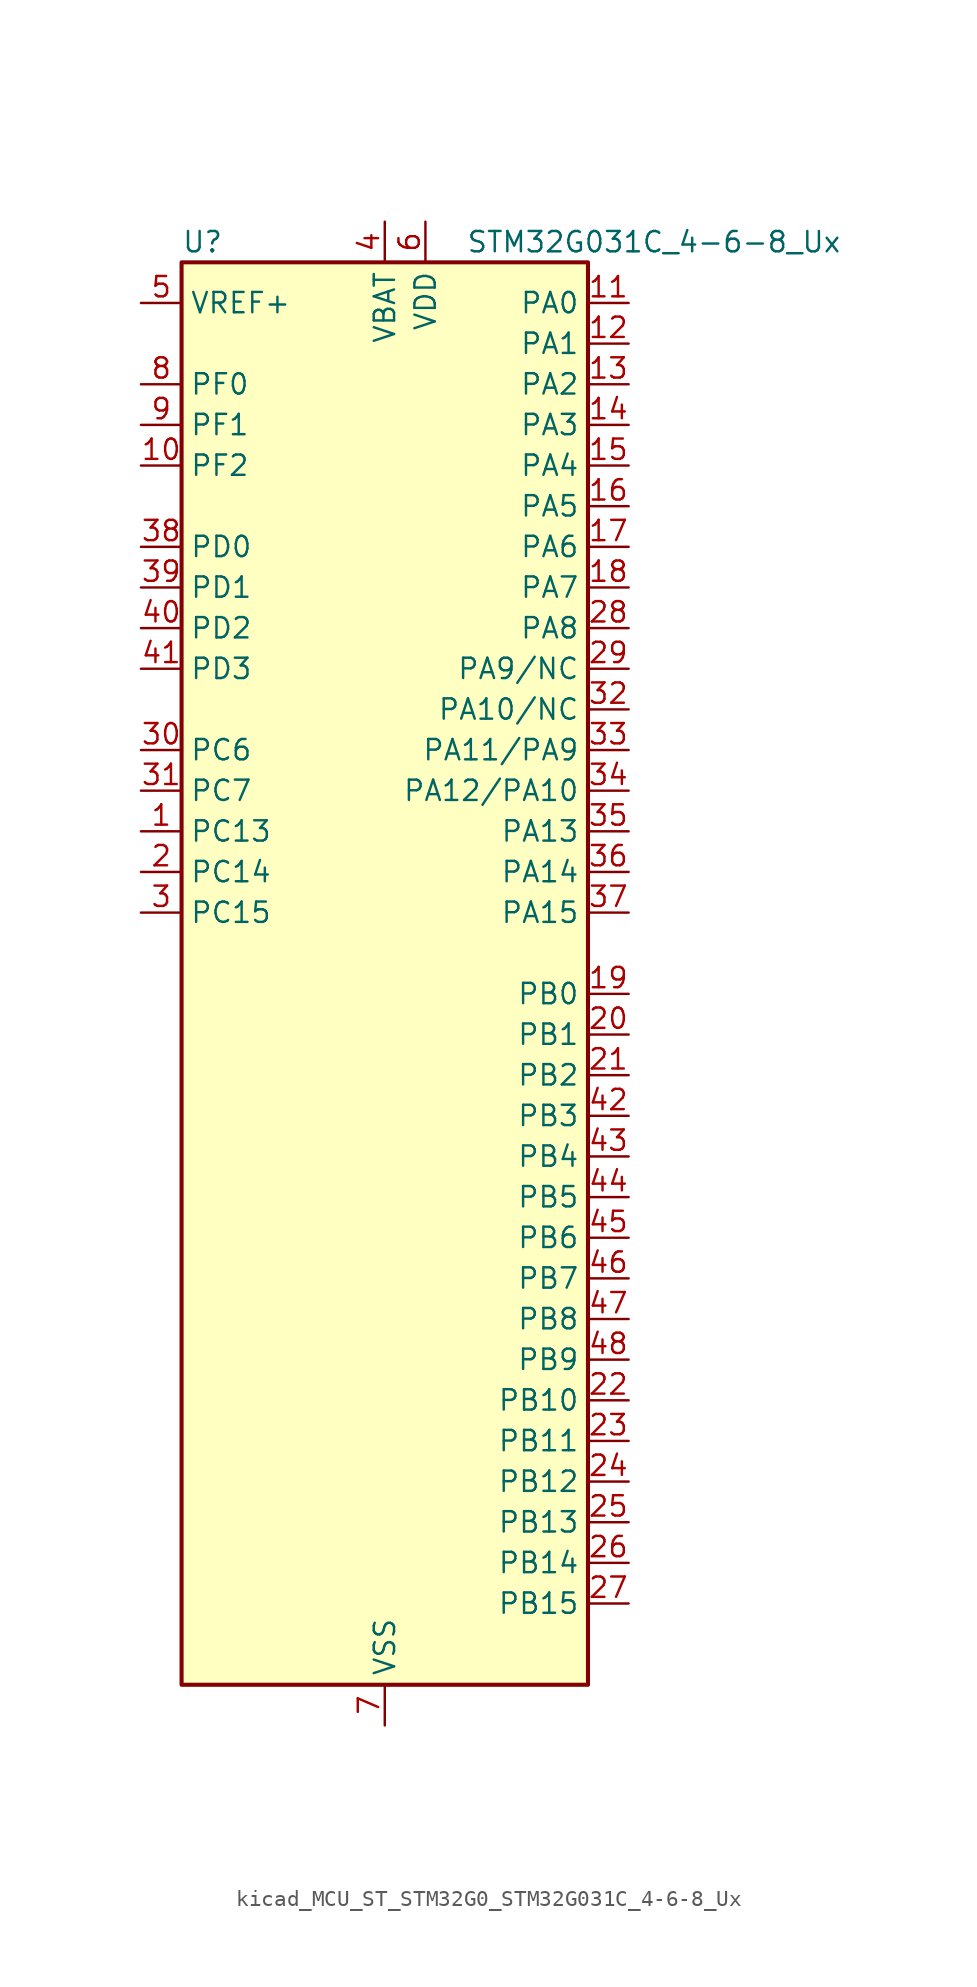
<source format=kicad_sym>
(kicad_symbol_lib
  (version 20220914)
  (generator kicad_symbol_editor)
  (symbol "kicad_MCU_ST_STM32G0_STM32G031C_4-6-8_Ux"
    (property "Reference" "U"
      (at -12.7 46.99 0)
      (effects (font (size 1.27 1.27)) (justify left)))
    (property "Value" "STM32G031C_4-6-8_Ux"
      (at 5.08 46.99 0)
      (effects (font (size 1.27 1.27)) (justify left)))
    (property "ki_locked" ""
      (at 0 0 0)
      (effects (font (size 1.27 1.27))))
    (symbol "kicad_MCU_ST_STM32G0_STM32G031C_4-6-8_Ux_0_1"
      (rectangle (start -12.7 -43.18) (end 12.7 45.72) (stroke (width 0.254) (type default)) (fill (type background))))
    (symbol "kicad_MCU_ST_STM32G0_STM32G031C_4-6-8_Ux_1_1"
      (pin bidirectional line (at -15.24 10.16 0) (length 2.54) (name "PC13" (effects (font (size 1.27 1.27)))) (number "1" (effects (font (size 1.27 1.27)))) (alternate "RTC_OUT_ALARM" bidirectional line) (alternate "RTC_OUT_CALIB" bidirectional line) (alternate "RTC_TAMP_IN1" bidirectional line) (alternate "RTC_TS" bidirectional line) (alternate "SYS_WKUP2" bidirectional line) (alternate "TIM1_BK" bidirectional line))
      (pin bidirectional line (at -15.24 33.02 0) (length 2.54) (name "PF2" (effects (font (size 1.27 1.27)))) (number "10" (effects (font (size 1.27 1.27)))) (alternate "RCC_MCO" bidirectional line))
      (pin bidirectional line (at 15.24 43.18 180) (length 2.54) (name "PA0" (effects (font (size 1.27 1.27)))) (number "11" (effects (font (size 1.27 1.27)))) (alternate "ADC1_IN0" bidirectional line) (alternate "LPTIM1_OUT" bidirectional line) (alternate "RTC_TAMP_IN2" bidirectional line) (alternate "SPI2_SCK" bidirectional line) (alternate "SYS_WKUP1" bidirectional line) (alternate "TIM2_CH1" bidirectional line) (alternate "TIM2_ETR" bidirectional line) (alternate "USART2_CTS" bidirectional line) (alternate "USART2_NSS" bidirectional line))
      (pin bidirectional line (at 15.24 40.64 180) (length 2.54) (name "PA1" (effects (font (size 1.27 1.27)))) (number "12" (effects (font (size 1.27 1.27)))) (alternate "ADC1_IN1" bidirectional line) (alternate "I2C1_SMBA" bidirectional line) (alternate "I2S1_CK" bidirectional line) (alternate "SPI1_SCK" bidirectional line) (alternate "TIM2_CH2" bidirectional line) (alternate "USART2_CK" bidirectional line) (alternate "USART2_DE" bidirectional line) (alternate "USART2_RTS" bidirectional line))
      (pin bidirectional line (at 15.24 38.1 180) (length 2.54) (name "PA2" (effects (font (size 1.27 1.27)))) (number "13" (effects (font (size 1.27 1.27)))) (alternate "ADC1_IN2" bidirectional line) (alternate "I2S1_SD" bidirectional line) (alternate "LPUART1_TX" bidirectional line) (alternate "RCC_LSCO" bidirectional line) (alternate "SPI1_MOSI" bidirectional line) (alternate "SYS_WKUP4" bidirectional line) (alternate "TIM2_CH3" bidirectional line) (alternate "USART2_TX" bidirectional line))
      (pin bidirectional line (at 15.24 35.56 180) (length 2.54) (name "PA3" (effects (font (size 1.27 1.27)))) (number "14" (effects (font (size 1.27 1.27)))) (alternate "ADC1_IN3" bidirectional line) (alternate "LPUART1_RX" bidirectional line) (alternate "SPI2_MISO" bidirectional line) (alternate "TIM2_CH4" bidirectional line) (alternate "USART2_RX" bidirectional line))
      (pin bidirectional line (at 15.24 33.02 180) (length 2.54) (name "PA4" (effects (font (size 1.27 1.27)))) (number "15" (effects (font (size 1.27 1.27)))) (alternate "ADC1_IN4" bidirectional line) (alternate "I2S1_WS" bidirectional line) (alternate "LPTIM2_OUT" bidirectional line) (alternate "RTC_OUT_ALARM" bidirectional line) (alternate "RTC_OUT_CALIB" bidirectional line) (alternate "SPI1_NSS" bidirectional line) (alternate "SPI2_MOSI" bidirectional line) (alternate "TIM14_CH1" bidirectional line))
      (pin bidirectional line (at 15.24 30.48 180) (length 2.54) (name "PA5" (effects (font (size 1.27 1.27)))) (number "16" (effects (font (size 1.27 1.27)))) (alternate "ADC1_IN5" bidirectional line) (alternate "I2S1_CK" bidirectional line) (alternate "LPTIM2_ETR" bidirectional line) (alternate "SPI1_SCK" bidirectional line) (alternate "TIM2_CH1" bidirectional line) (alternate "TIM2_ETR" bidirectional line))
      (pin bidirectional line (at 15.24 27.94 180) (length 2.54) (name "PA6" (effects (font (size 1.27 1.27)))) (number "17" (effects (font (size 1.27 1.27)))) (alternate "ADC1_IN6" bidirectional line) (alternate "I2S1_MCK" bidirectional line) (alternate "LPUART1_CTS" bidirectional line) (alternate "SPI1_MISO" bidirectional line) (alternate "TIM16_CH1" bidirectional line) (alternate "TIM1_BK" bidirectional line) (alternate "TIM3_CH1" bidirectional line))
      (pin bidirectional line (at 15.24 25.4 180) (length 2.54) (name "PA7" (effects (font (size 1.27 1.27)))) (number "18" (effects (font (size 1.27 1.27)))) (alternate "ADC1_IN7" bidirectional line) (alternate "I2S1_SD" bidirectional line) (alternate "SPI1_MOSI" bidirectional line) (alternate "TIM14_CH1" bidirectional line) (alternate "TIM17_CH1" bidirectional line) (alternate "TIM1_CH1N" bidirectional line) (alternate "TIM3_CH2" bidirectional line))
      (pin bidirectional line (at 15.24 0 180) (length 2.54) (name "PB0" (effects (font (size 1.27 1.27)))) (number "19" (effects (font (size 1.27 1.27)))) (alternate "ADC1_IN8" bidirectional line) (alternate "I2S1_WS" bidirectional line) (alternate "LPTIM1_OUT" bidirectional line) (alternate "SPI1_NSS" bidirectional line) (alternate "TIM1_CH2N" bidirectional line) (alternate "TIM3_CH3" bidirectional line))
      (pin bidirectional line (at -15.24 7.62 0) (length 2.54) (name "PC14" (effects (font (size 1.27 1.27)))) (number "2" (effects (font (size 1.27 1.27)))) (alternate "RCC_OSC32_IN" bidirectional line) (alternate "TIM1_BK2" bidirectional line))
      (pin bidirectional line (at 15.24 -2.54 180) (length 2.54) (name "PB1" (effects (font (size 1.27 1.27)))) (number "20" (effects (font (size 1.27 1.27)))) (alternate "ADC1_IN9" bidirectional line) (alternate "LPTIM2_IN1" bidirectional line) (alternate "LPUART1_DE" bidirectional line) (alternate "LPUART1_RTS" bidirectional line) (alternate "TIM14_CH1" bidirectional line) (alternate "TIM1_CH3N" bidirectional line) (alternate "TIM3_CH4" bidirectional line))
      (pin bidirectional line (at 15.24 -5.08 180) (length 2.54) (name "PB2" (effects (font (size 1.27 1.27)))) (number "21" (effects (font (size 1.27 1.27)))) (alternate "ADC1_IN10" bidirectional line) (alternate "LPTIM1_OUT" bidirectional line) (alternate "SPI2_MISO" bidirectional line))
      (pin bidirectional line (at 15.24 -25.4 180) (length 2.54) (name "PB10" (effects (font (size 1.27 1.27)))) (number "22" (effects (font (size 1.27 1.27)))) (alternate "ADC1_IN11" bidirectional line) (alternate "I2C2_SCL" bidirectional line) (alternate "LPUART1_RX" bidirectional line) (alternate "SPI2_SCK" bidirectional line) (alternate "TIM2_CH3" bidirectional line))
      (pin bidirectional line (at 15.24 -27.94 180) (length 2.54) (name "PB11" (effects (font (size 1.27 1.27)))) (number "23" (effects (font (size 1.27 1.27)))) (alternate "ADC1_EXTI11" bidirectional line) (alternate "ADC1_IN15" bidirectional line) (alternate "I2C2_SDA" bidirectional line) (alternate "LPUART1_TX" bidirectional line) (alternate "SPI2_MOSI" bidirectional line) (alternate "TIM2_CH4" bidirectional line))
      (pin bidirectional line (at 15.24 -30.48 180) (length 2.54) (name "PB12" (effects (font (size 1.27 1.27)))) (number "24" (effects (font (size 1.27 1.27)))) (alternate "ADC1_IN16" bidirectional line) (alternate "LPUART1_DE" bidirectional line) (alternate "LPUART1_RTS" bidirectional line) (alternate "SPI2_NSS" bidirectional line) (alternate "TIM1_BK" bidirectional line))
      (pin bidirectional line (at 15.24 -33.02 180) (length 2.54) (name "PB13" (effects (font (size 1.27 1.27)))) (number "25" (effects (font (size 1.27 1.27)))) (alternate "I2C2_SCL" bidirectional line) (alternate "LPUART1_CTS" bidirectional line) (alternate "SPI2_SCK" bidirectional line) (alternate "TIM1_CH1N" bidirectional line))
      (pin bidirectional line (at 15.24 -35.56 180) (length 2.54) (name "PB14" (effects (font (size 1.27 1.27)))) (number "26" (effects (font (size 1.27 1.27)))) (alternate "I2C2_SDA" bidirectional line) (alternate "SPI2_MISO" bidirectional line) (alternate "TIM1_CH2N" bidirectional line))
      (pin bidirectional line (at 15.24 -38.1 180) (length 2.54) (name "PB15" (effects (font (size 1.27 1.27)))) (number "27" (effects (font (size 1.27 1.27)))) (alternate "RTC_REFIN" bidirectional line) (alternate "SPI2_MOSI" bidirectional line) (alternate "TIM1_CH3N" bidirectional line))
      (pin bidirectional line (at 15.24 22.86 180) (length 2.54) (name "PA8" (effects (font (size 1.27 1.27)))) (number "28" (effects (font (size 1.27 1.27)))) (alternate "LPTIM2_OUT" bidirectional line) (alternate "RCC_MCO" bidirectional line) (alternate "SPI2_NSS" bidirectional line) (alternate "TIM1_CH1" bidirectional line))
      (pin bidirectional line (at 15.24 20.32 180) (length 2.54) (name "PA9/NC" (effects (font (size 1.27 1.27)))) (number "29" (effects (font (size 1.27 1.27)))) (alternate "I2C1_SCL" bidirectional line) (alternate "RCC_MCO" bidirectional line) (alternate "SPI2_MISO" bidirectional line) (alternate "TIM1_CH2" bidirectional line) (alternate "USART1_TX" bidirectional line))
      (pin bidirectional line (at -15.24 5.08 0) (length 2.54) (name "PC15" (effects (font (size 1.27 1.27)))) (number "3" (effects (font (size 1.27 1.27)))) (alternate "RCC_OSC32_EN" bidirectional line) (alternate "RCC_OSC32_OUT" bidirectional line) (alternate "RCC_OSC_EN" bidirectional line))
      (pin bidirectional line (at -15.24 15.24 0) (length 2.54) (name "PC6" (effects (font (size 1.27 1.27)))) (number "30" (effects (font (size 1.27 1.27)))) (alternate "TIM2_CH3" bidirectional line) (alternate "TIM3_CH1" bidirectional line))
      (pin bidirectional line (at -15.24 12.7 0) (length 2.54) (name "PC7" (effects (font (size 1.27 1.27)))) (number "31" (effects (font (size 1.27 1.27)))) (alternate "TIM2_CH4" bidirectional line) (alternate "TIM3_CH2" bidirectional line))
      (pin bidirectional line (at 15.24 17.78 180) (length 2.54) (name "PA10/NC" (effects (font (size 1.27 1.27)))) (number "32" (effects (font (size 1.27 1.27)))) (alternate "I2C1_SDA" bidirectional line) (alternate "SPI2_MOSI" bidirectional line) (alternate "TIM17_BK" bidirectional line) (alternate "TIM1_CH3" bidirectional line) (alternate "USART1_RX" bidirectional line))
      (pin bidirectional line (at 15.24 15.24 180) (length 2.54) (name "PA11/PA9" (effects (font (size 1.27 1.27)))) (number "33" (effects (font (size 1.27 1.27)))) (alternate "ADC1_EXTI11" bidirectional line) (alternate "I2C2_SCL" bidirectional line) (alternate "I2S1_MCK" bidirectional line) (alternate "SPI1_MISO" bidirectional line) (alternate "TIM1_BK2" bidirectional line) (alternate "TIM1_CH4" bidirectional line) (alternate "USART1_CTS" bidirectional line) (alternate "USART1_NSS" bidirectional line))
      (pin bidirectional line (at 15.24 12.7 180) (length 2.54) (name "PA12/PA10" (effects (font (size 1.27 1.27)))) (number "34" (effects (font (size 1.27 1.27)))) (alternate "I2C2_SDA" bidirectional line) (alternate "I2S1_SD" bidirectional line) (alternate "I2S_CKIN" bidirectional line) (alternate "SPI1_MOSI" bidirectional line) (alternate "TIM1_ETR" bidirectional line) (alternate "USART1_CK" bidirectional line) (alternate "USART1_DE" bidirectional line) (alternate "USART1_RTS" bidirectional line))
      (pin bidirectional line (at 15.24 10.16 180) (length 2.54) (name "PA13" (effects (font (size 1.27 1.27)))) (number "35" (effects (font (size 1.27 1.27)))) (alternate "ADC1_IN17" bidirectional line) (alternate "IR_OUT" bidirectional line) (alternate "SYS_SWDIO" bidirectional line))
      (pin bidirectional line (at 15.24 7.62 180) (length 2.54) (name "PA14" (effects (font (size 1.27 1.27)))) (number "36" (effects (font (size 1.27 1.27)))) (alternate "ADC1_IN18" bidirectional line) (alternate "SYS_SWCLK" bidirectional line) (alternate "USART2_TX" bidirectional line))
      (pin bidirectional line (at 15.24 5.08 180) (length 2.54) (name "PA15" (effects (font (size 1.27 1.27)))) (number "37" (effects (font (size 1.27 1.27)))) (alternate "I2S1_WS" bidirectional line) (alternate "SPI1_NSS" bidirectional line) (alternate "TIM2_CH1" bidirectional line) (alternate "TIM2_ETR" bidirectional line) (alternate "USART2_RX" bidirectional line))
      (pin bidirectional line (at -15.24 27.94 0) (length 2.54) (name "PD0" (effects (font (size 1.27 1.27)))) (number "38" (effects (font (size 1.27 1.27)))) (alternate "SPI2_NSS" bidirectional line) (alternate "TIM16_CH1" bidirectional line))
      (pin bidirectional line (at -15.24 25.4 0) (length 2.54) (name "PD1" (effects (font (size 1.27 1.27)))) (number "39" (effects (font (size 1.27 1.27)))) (alternate "SPI2_SCK" bidirectional line) (alternate "TIM17_CH1" bidirectional line))
      (pin power_in line (at 0 48.26 270) (length 2.54) (name "VBAT" (effects (font (size 1.27 1.27)))) (number "4" (effects (font (size 1.27 1.27)))))
      (pin bidirectional line (at -15.24 22.86 0) (length 2.54) (name "PD2" (effects (font (size 1.27 1.27)))) (number "40" (effects (font (size 1.27 1.27)))) (alternate "TIM1_CH1N" bidirectional line) (alternate "TIM3_ETR" bidirectional line))
      (pin bidirectional line (at -15.24 20.32 0) (length 2.54) (name "PD3" (effects (font (size 1.27 1.27)))) (number "41" (effects (font (size 1.27 1.27)))) (alternate "SPI2_MISO" bidirectional line) (alternate "TIM1_CH2N" bidirectional line) (alternate "USART2_CTS" bidirectional line) (alternate "USART2_NSS" bidirectional line))
      (pin bidirectional line (at 15.24 -7.62 180) (length 2.54) (name "PB3" (effects (font (size 1.27 1.27)))) (number "42" (effects (font (size 1.27 1.27)))) (alternate "I2S1_CK" bidirectional line) (alternate "SPI1_SCK" bidirectional line) (alternate "TIM1_CH2" bidirectional line) (alternate "TIM2_CH2" bidirectional line) (alternate "USART1_CK" bidirectional line) (alternate "USART1_DE" bidirectional line) (alternate "USART1_RTS" bidirectional line))
      (pin bidirectional line (at 15.24 -10.16 180) (length 2.54) (name "PB4" (effects (font (size 1.27 1.27)))) (number "43" (effects (font (size 1.27 1.27)))) (alternate "I2S1_MCK" bidirectional line) (alternate "SPI1_MISO" bidirectional line) (alternate "TIM17_BK" bidirectional line) (alternate "TIM3_CH1" bidirectional line) (alternate "USART1_CTS" bidirectional line) (alternate "USART1_NSS" bidirectional line))
      (pin bidirectional line (at 15.24 -12.7 180) (length 2.54) (name "PB5" (effects (font (size 1.27 1.27)))) (number "44" (effects (font (size 1.27 1.27)))) (alternate "I2C1_SMBA" bidirectional line) (alternate "I2S1_SD" bidirectional line) (alternate "LPTIM1_IN1" bidirectional line) (alternate "SPI1_MOSI" bidirectional line) (alternate "SYS_WKUP6" bidirectional line) (alternate "TIM16_BK" bidirectional line) (alternate "TIM3_CH2" bidirectional line))
      (pin bidirectional line (at 15.24 -15.24 180) (length 2.54) (name "PB6" (effects (font (size 1.27 1.27)))) (number "45" (effects (font (size 1.27 1.27)))) (alternate "I2C1_SCL" bidirectional line) (alternate "LPTIM1_ETR" bidirectional line) (alternate "SPI2_MISO" bidirectional line) (alternate "TIM16_CH1N" bidirectional line) (alternate "TIM1_CH3" bidirectional line) (alternate "USART1_TX" bidirectional line))
      (pin bidirectional line (at 15.24 -17.78 180) (length 2.54) (name "PB7" (effects (font (size 1.27 1.27)))) (number "46" (effects (font (size 1.27 1.27)))) (alternate "I2C1_SDA" bidirectional line) (alternate "LPTIM1_IN2" bidirectional line) (alternate "SPI2_MOSI" bidirectional line) (alternate "SYS_PVD_IN" bidirectional line) (alternate "TIM17_CH1N" bidirectional line) (alternate "USART1_RX" bidirectional line))
      (pin bidirectional line (at 15.24 -20.32 180) (length 2.54) (name "PB8" (effects (font (size 1.27 1.27)))) (number "47" (effects (font (size 1.27 1.27)))) (alternate "I2C1_SCL" bidirectional line) (alternate "SPI2_SCK" bidirectional line) (alternate "TIM16_CH1" bidirectional line))
      (pin bidirectional line (at 15.24 -22.86 180) (length 2.54) (name "PB9" (effects (font (size 1.27 1.27)))) (number "48" (effects (font (size 1.27 1.27)))) (alternate "I2C1_SDA" bidirectional line) (alternate "IR_OUT" bidirectional line) (alternate "SPI2_NSS" bidirectional line) (alternate "TIM17_CH1" bidirectional line))
      (pin passive line (at 0 -45.72 90) (length 2.54) hide (name "VSS" (effects (font (size 1.27 1.27)))) (number "49" (effects (font (size 1.27 1.27)))))
      (pin input line (at -15.24 43.18 0) (length 2.54) (name "VREF+" (effects (font (size 1.27 1.27)))) (number "5" (effects (font (size 1.27 1.27)))) (alternate "VREFBUF_OUT" bidirectional line))
      (pin power_in line (at 2.54 48.26 270) (length 2.54) (name "VDD" (effects (font (size 1.27 1.27)))) (number "6" (effects (font (size 1.27 1.27)))))
      (pin power_in line (at 0 -45.72 90) (length 2.54) (name "VSS" (effects (font (size 1.27 1.27)))) (number "7" (effects (font (size 1.27 1.27)))))
      (pin bidirectional line (at -15.24 38.1 0) (length 2.54) (name "PF0" (effects (font (size 1.27 1.27)))) (number "8" (effects (font (size 1.27 1.27)))) (alternate "RCC_OSC_IN" bidirectional line) (alternate "TIM14_CH1" bidirectional line))
      (pin bidirectional line (at -15.24 35.56 0) (length 2.54) (name "PF1" (effects (font (size 1.27 1.27)))) (number "9" (effects (font (size 1.27 1.27)))) (alternate "RCC_OSC_EN" bidirectional line) (alternate "RCC_OSC_OUT" bidirectional line)))))
</source>
